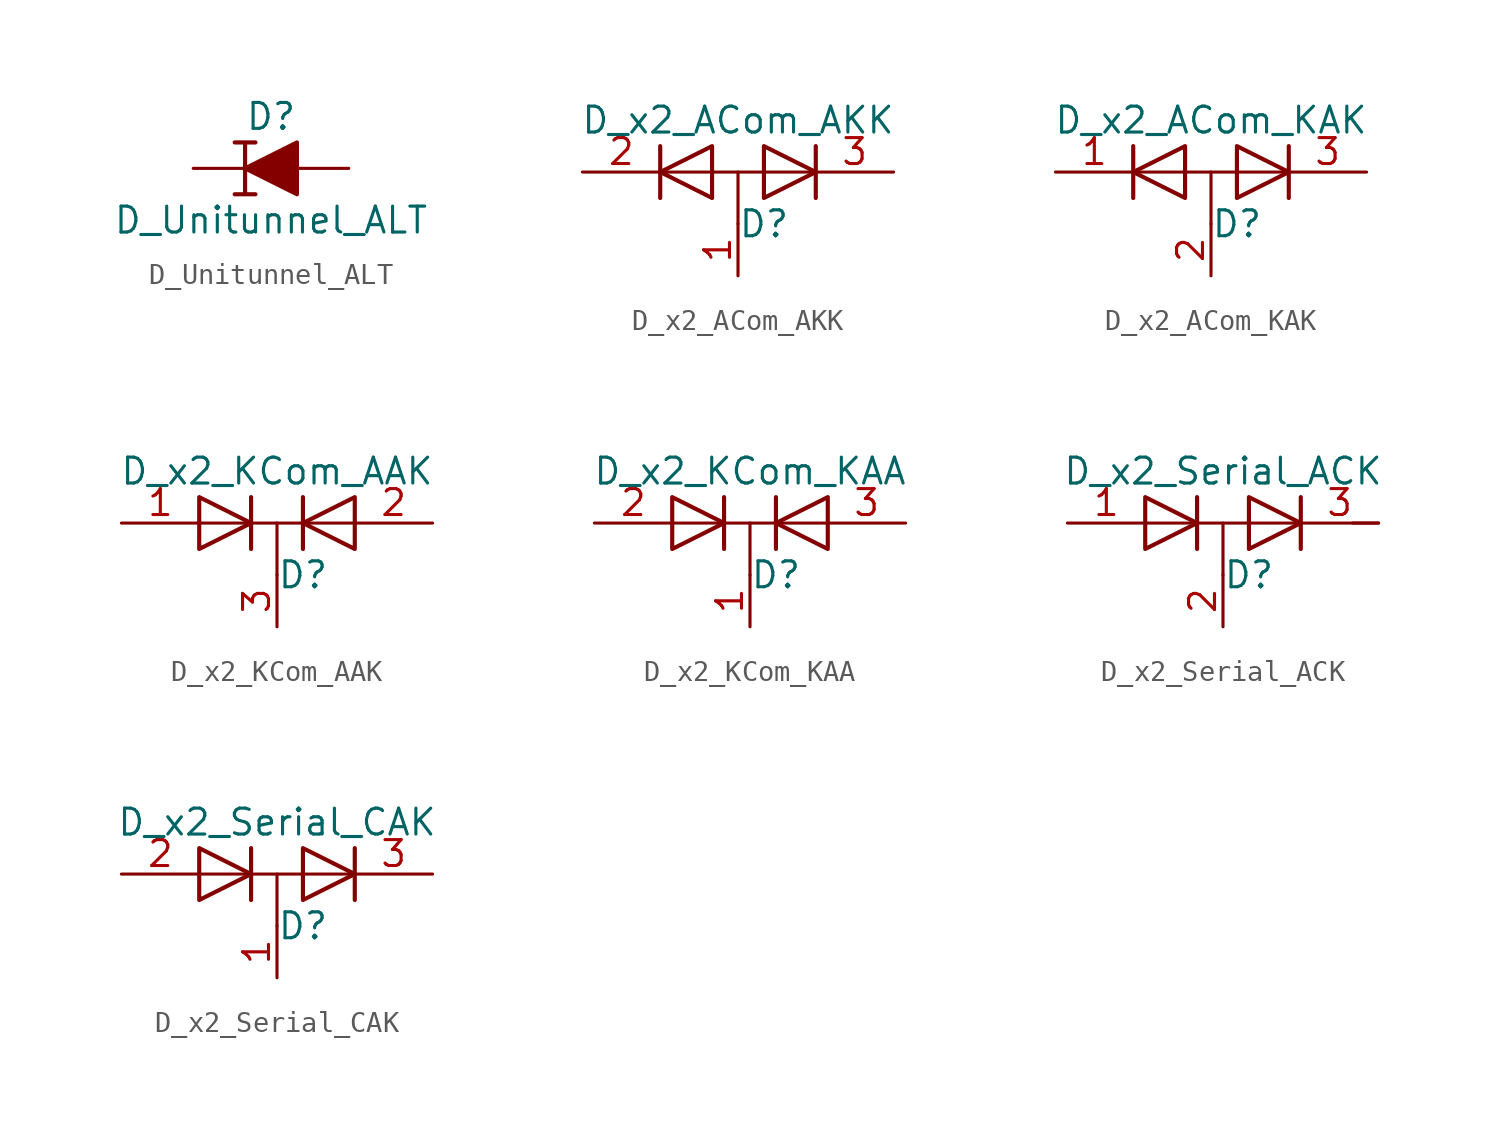
<source format=kicad_sym>
(kicad_symbol_lib
  (version 20211014)
  (generator kicad_symbol_editor)
  (symbol "D_Unitunnel_ALT"
    (pin_numbers hide)
    (pin_names
      (offset 1.016) hide)
    (property "Reference" "D"
      (at 0 2.54 0)
      (effects (font (size 1.27 1.27))))
    (property "Value" "D_Unitunnel_ALT"
      (at 0 -2.54 0)
      (effects (font (size 1.27 1.27))))
    (symbol "D_Unitunnel_ALT_0_1"
      (polyline (pts (xy 1.27 0) (xy -1.27 0)) (stroke (width 0) (type default) (color 0 0 0 0)) (fill (type none)))
      (polyline (pts (xy 1.27 -1.27) (xy 1.27 1.27) (xy -1.27 0) (xy 1.27 -1.27)) (stroke (width 0.203) (type default) (color 0 0 0 0)) (fill (type outline)))
      (polyline (pts (xy -1.778 -1.27) (xy -0.762 -1.27) (xy -1.27 -1.27) (xy -1.27 1.27) (xy -0.762 1.27) (xy -1.778 1.27)) (stroke (width 0.203) (type default) (color 0 0 0 0)) (fill (type none))))
    (symbol "D_Unitunnel_ALT_1_1"
      (pin passive line (at -3.81 0 0) (length 2.54) (name "K" (effects (font (size 1.27 1.27)))) (number "1" (effects (font (size 1.27 1.27)))))
      (pin passive line (at 3.81 0 180) (length 2.54) (name "A" (effects (font (size 1.27 1.27)))) (number "2" (effects (font (size 1.27 1.27)))))))
  (symbol "D_x2_ACom_AKK"
    (pin_names
      (offset 0.762) hide)
    (property "Reference" "D"
      (at 1.27 -2.54 0)
      (effects (font (size 1.27 1.27))))
    (property "Value" "D_x2_ACom_AKK"
      (at 0 2.54 0)
      (effects (font (size 1.27 1.27))))
    (symbol "D_x2_ACom_AKK_0_1"
      (polyline (pts (xy -3.556 0) (xy 3.81 0)) (stroke (width 0) (type default) (color 0 0 0 0)) (fill (type none)))
      (polyline (pts (xy 0 0) (xy 0 -2.54)) (stroke (width 0) (type default) (color 0 0 0 0)) (fill (type none)))
      (polyline (pts (xy -3.81 1.27) (xy -3.81 -1.27) (xy -3.81 -1.27)) (stroke (width 0.203) (type default) (color 0 0 0 0)) (fill (type none)))
      (polyline (pts (xy 3.81 1.27) (xy 3.81 -1.27) (xy 3.81 -1.27)) (stroke (width 0.203) (type default) (color 0 0 0 0)) (fill (type none)))
      (polyline (pts (xy -1.27 -1.27) (xy -3.81 0) (xy -1.27 1.27) (xy -1.27 -1.27) (xy -1.27 -1.27) (xy -1.27 -1.27)) (stroke (width 0.203) (type default) (color 0 0 0 0)) (fill (type none)))
      (polyline (pts (xy 1.27 1.27) (xy 3.81 0) (xy 1.27 -1.27) (xy 1.27 1.27) (xy 1.27 1.27) (xy 1.27 1.27)) (stroke (width 0.203) (type default) (color 0 0 0 0)) (fill (type none)))
      (pin passive line (at 0 -5.08 90) (length 2.54) (name "A" (effects (font (size 1.27 1.27)))) (number "1" (effects (font (size 1.27 1.27)))))
      (pin passive line (at -7.62 0 0) (length 3.81) (name "K" (effects (font (size 1.27 1.27)))) (number "2" (effects (font (size 1.27 1.27)))))
      (pin passive line (at 7.62 0 180) (length 3.81) (name "K" (effects (font (size 1.27 1.27)))) (number "3" (effects (font (size 1.27 1.27)))))))
  (symbol "D_x2_ACom_KAK"
    (pin_names
      (offset 0.762) hide)
    (property "Reference" "D"
      (at 1.27 -2.54 0)
      (effects (font (size 1.27 1.27))))
    (property "Value" "D_x2_ACom_KAK"
      (at 0 2.54 0)
      (effects (font (size 1.27 1.27))))
    (symbol "D_x2_ACom_KAK_0_1"
      (polyline (pts (xy 0 0) (xy 0 -2.54)) (stroke (width 0) (type default) (color 0 0 0 0)) (fill (type none)))
      (polyline (pts (xy 3.81 0) (xy -3.81 0)) (stroke (width 0) (type default) (color 0 0 0 0)) (fill (type none)))
      (polyline (pts (xy -3.81 1.27) (xy -3.81 -1.27) (xy -3.81 -1.27)) (stroke (width 0.203) (type default) (color 0 0 0 0)) (fill (type none)))
      (polyline (pts (xy 3.81 1.27) (xy 3.81 -1.27) (xy 3.81 -1.27)) (stroke (width 0.203) (type default) (color 0 0 0 0)) (fill (type none)))
      (polyline (pts (xy -1.27 -1.27) (xy -3.81 0) (xy -1.27 1.27) (xy -1.27 -1.27) (xy -1.27 -1.27) (xy -1.27 -1.27)) (stroke (width 0.203) (type default) (color 0 0 0 0)) (fill (type none)))
      (polyline (pts (xy 1.27 1.27) (xy 3.81 0) (xy 1.27 -1.27) (xy 1.27 1.27) (xy 1.27 1.27) (xy 1.27 1.27)) (stroke (width 0.203) (type default) (color 0 0 0 0)) (fill (type none)))
      (pin passive line (at -7.62 0 0) (length 3.81) (name "K" (effects (font (size 1.27 1.27)))) (number "1" (effects (font (size 1.27 1.27)))))
      (pin passive line (at 0 -5.08 90) (length 2.54) (name "A" (effects (font (size 1.27 1.27)))) (number "2" (effects (font (size 1.27 1.27)))))
      (pin passive line (at 7.62 0 180) (length 3.81) (name "K" (effects (font (size 1.27 1.27)))) (number "3" (effects (font (size 1.27 1.27)))))))
  (symbol "D_x2_KCom_AAK"
    (pin_names
      (offset 0.762) hide)
    (property "Reference" "D"
      (at 1.27 -2.54 0)
      (effects (font (size 1.27 1.27))))
    (property "Value" "D_x2_KCom_AAK"
      (at 0 2.54 0)
      (effects (font (size 1.27 1.27))))
    (symbol "D_x2_KCom_AAK_0_1"
      (polyline (pts (xy -3.81 0) (xy 3.81 0)) (stroke (width 0) (type default) (color 0 0 0 0)) (fill (type none)))
      (polyline (pts (xy 0 0) (xy 0 -2.54)) (stroke (width 0) (type default) (color 0 0 0 0)) (fill (type none)))
      (polyline (pts (xy -1.27 -1.27) (xy -1.27 1.27) (xy -1.27 1.27)) (stroke (width 0.203) (type default) (color 0 0 0 0)) (fill (type none)))
      (polyline (pts (xy 1.27 -1.27) (xy 1.27 1.27) (xy 1.27 1.27)) (stroke (width 0.203) (type default) (color 0 0 0 0)) (fill (type none)))
      (polyline (pts (xy -3.81 1.27) (xy -1.27 0) (xy -3.81 -1.27) (xy -3.81 1.27) (xy -3.81 1.27) (xy -3.81 1.27)) (stroke (width 0.203) (type default) (color 0 0 0 0)) (fill (type none)))
      (polyline (pts (xy 3.81 -1.27) (xy 1.27 0) (xy 3.81 1.27) (xy 3.81 -1.27) (xy 3.81 -1.27) (xy 3.81 -1.27)) (stroke (width 0.203) (type default) (color 0 0 0 0)) (fill (type none)))
      (pin passive line (at -7.62 0 0) (length 3.81) (name "A" (effects (font (size 1.27 1.27)))) (number "1" (effects (font (size 1.27 1.27)))))
      (pin passive line (at 7.62 0 180) (length 3.81) (name "A" (effects (font (size 1.27 1.27)))) (number "2" (effects (font (size 1.27 1.27)))))
      (pin passive line (at 0 -5.08 90) (length 2.54) (name "K" (effects (font (size 1.27 1.27)))) (number "3" (effects (font (size 1.27 1.27)))))))
  (symbol "D_x2_KCom_KAA"
    (pin_names
      (offset 0.762) hide)
    (property "Reference" "D"
      (at 1.27 -2.54 0)
      (effects (font (size 1.27 1.27))))
    (property "Value" "D_x2_KCom_KAA"
      (at 0 2.54 0)
      (effects (font (size 1.27 1.27))))
    (symbol "D_x2_KCom_KAA_0_1"
      (polyline (pts (xy -3.81 0) (xy 3.81 0)) (stroke (width 0) (type default) (color 0 0 0 0)) (fill (type none)))
      (polyline (pts (xy 0 0) (xy 0 -2.54)) (stroke (width 0) (type default) (color 0 0 0 0)) (fill (type none)))
      (polyline (pts (xy -1.27 -1.27) (xy -1.27 1.27) (xy -1.27 1.27)) (stroke (width 0.203) (type default) (color 0 0 0 0)) (fill (type none)))
      (polyline (pts (xy 1.27 -1.27) (xy 1.27 1.27) (xy 1.27 1.27)) (stroke (width 0.203) (type default) (color 0 0 0 0)) (fill (type none)))
      (polyline (pts (xy -3.81 1.27) (xy -1.27 0) (xy -3.81 -1.27) (xy -3.81 1.27) (xy -3.81 1.27) (xy -3.81 1.27)) (stroke (width 0.203) (type default) (color 0 0 0 0)) (fill (type none)))
      (polyline (pts (xy 3.81 -1.27) (xy 1.27 0) (xy 3.81 1.27) (xy 3.81 -1.27) (xy 3.81 -1.27) (xy 3.81 -1.27)) (stroke (width 0.203) (type default) (color 0 0 0 0)) (fill (type none)))
      (pin passive line (at 0 -5.08 90) (length 2.54) (name "K" (effects (font (size 1.27 1.27)))) (number "1" (effects (font (size 1.27 1.27)))))
      (pin passive line (at -7.62 0 0) (length 3.81) (name "A" (effects (font (size 1.27 1.27)))) (number "2" (effects (font (size 1.27 1.27)))))
      (pin passive line (at 7.62 0 180) (length 3.81) (name "A" (effects (font (size 1.27 1.27)))) (number "3" (effects (font (size 1.27 1.27)))))))
  (symbol "D_x2_Serial_ACK"
    (pin_names
      (offset 0.762) hide)
    (property "Reference" "D"
      (at 1.27 -2.54 0)
      (effects (font (size 1.27 1.27))))
    (property "Value" "D_x2_Serial_ACK"
      (at 0 2.54 0)
      (effects (font (size 1.27 1.27))))
    (symbol "D_x2_Serial_ACK_0_1"
      (polyline (pts (xy 0 0) (xy 0 -2.54)) (stroke (width 0) (type default) (color 0 0 0 0)) (fill (type none)))
      (polyline (pts (xy 3.81 0) (xy -3.81 0)) (stroke (width 0) (type default) (color 0 0 0 0)) (fill (type none)))
      (polyline (pts (xy 6.35 0) (xy 7.62 0)) (stroke (width 0) (type default) (color 0 0 0 0)) (fill (type none)))
      (polyline (pts (xy -1.27 -1.27) (xy -1.27 1.27) (xy -1.27 1.27)) (stroke (width 0.203) (type default) (color 0 0 0 0)) (fill (type none)))
      (polyline (pts (xy 3.81 1.27) (xy 3.81 -1.27) (xy 3.81 -1.27)) (stroke (width 0.203) (type default) (color 0 0 0 0)) (fill (type none)))
      (polyline (pts (xy -3.81 1.27) (xy -1.27 0) (xy -3.81 -1.27) (xy -3.81 1.27) (xy -3.81 1.27) (xy -3.81 1.27)) (stroke (width 0.203) (type default) (color 0 0 0 0)) (fill (type none)))
      (polyline (pts (xy 1.27 1.27) (xy 3.81 0) (xy 1.27 -1.27) (xy 1.27 1.27) (xy 1.27 1.27) (xy 1.27 1.27)) (stroke (width 0.203) (type default) (color 0 0 0 0)) (fill (type none)))
      (pin passive line (at -7.62 0 0) (length 3.81) (name "A" (effects (font (size 1.27 1.27)))) (number "1" (effects (font (size 1.27 1.27)))))
      (pin passive line (at 0 -5.08 90) (length 2.54) (name "common" (effects (font (size 1.27 1.27)))) (number "2" (effects (font (size 1.27 1.27)))))
      (pin passive line (at 7.62 0 180) (length 3.81) (name "K" (effects (font (size 1.27 1.27)))) (number "3" (effects (font (size 1.27 1.27)))))))
  (symbol "D_x2_Serial_CAK"
    (pin_names
      (offset 0.762) hide)
    (property "Reference" "D"
      (at 1.27 -2.54 0)
      (effects (font (size 1.27 1.27))))
    (property "Value" "D_x2_Serial_CAK"
      (at 0 2.54 0)
      (effects (font (size 1.27 1.27))))
    (symbol "D_x2_Serial_CAK_0_1"
      (polyline (pts (xy 0 0) (xy 0 -2.54)) (stroke (width 0) (type default) (color 0 0 0 0)) (fill (type none)))
      (polyline (pts (xy 3.81 0) (xy -3.81 0)) (stroke (width 0) (type default) (color 0 0 0 0)) (fill (type none)))
      (polyline (pts (xy -1.27 -1.27) (xy -1.27 1.27) (xy -1.27 1.27)) (stroke (width 0.203) (type default) (color 0 0 0 0)) (fill (type none)))
      (polyline (pts (xy 3.81 1.27) (xy 3.81 -1.27) (xy 3.81 -1.27)) (stroke (width 0.203) (type default) (color 0 0 0 0)) (fill (type none)))
      (polyline (pts (xy -3.81 1.27) (xy -1.27 0) (xy -3.81 -1.27) (xy -3.81 1.27) (xy -3.81 1.27) (xy -3.81 1.27)) (stroke (width 0.203) (type default) (color 0 0 0 0)) (fill (type none)))
      (polyline (pts (xy 1.27 1.27) (xy 3.81 0) (xy 1.27 -1.27) (xy 1.27 1.27) (xy 1.27 1.27) (xy 1.27 1.27)) (stroke (width 0.203) (type default) (color 0 0 0 0)) (fill (type none)))
      (pin passive line (at 0 -5.08 90) (length 2.54) (name "common" (effects (font (size 1.27 1.27)))) (number "1" (effects (font (size 1.27 1.27)))))
      (pin passive line (at -7.62 0 0) (length 3.81) (name "A" (effects (font (size 1.27 1.27)))) (number "2" (effects (font (size 1.27 1.27)))))
      (pin passive line (at 7.62 0 180) (length 3.81) (name "K" (effects (font (size 1.27 1.27)))) (number "3" (effects (font (size 1.27 1.27))))))))
</source>
